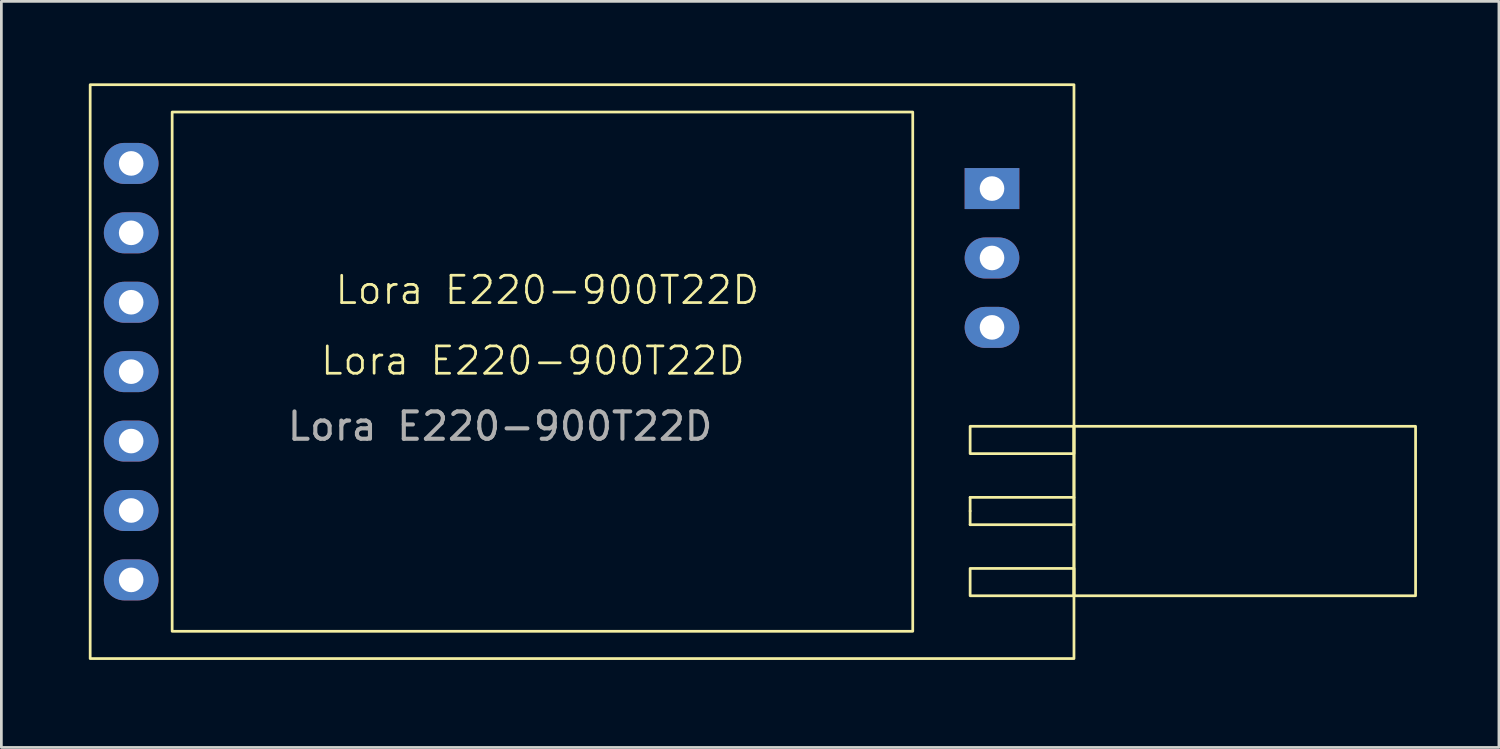
<source format=kicad_pcb>
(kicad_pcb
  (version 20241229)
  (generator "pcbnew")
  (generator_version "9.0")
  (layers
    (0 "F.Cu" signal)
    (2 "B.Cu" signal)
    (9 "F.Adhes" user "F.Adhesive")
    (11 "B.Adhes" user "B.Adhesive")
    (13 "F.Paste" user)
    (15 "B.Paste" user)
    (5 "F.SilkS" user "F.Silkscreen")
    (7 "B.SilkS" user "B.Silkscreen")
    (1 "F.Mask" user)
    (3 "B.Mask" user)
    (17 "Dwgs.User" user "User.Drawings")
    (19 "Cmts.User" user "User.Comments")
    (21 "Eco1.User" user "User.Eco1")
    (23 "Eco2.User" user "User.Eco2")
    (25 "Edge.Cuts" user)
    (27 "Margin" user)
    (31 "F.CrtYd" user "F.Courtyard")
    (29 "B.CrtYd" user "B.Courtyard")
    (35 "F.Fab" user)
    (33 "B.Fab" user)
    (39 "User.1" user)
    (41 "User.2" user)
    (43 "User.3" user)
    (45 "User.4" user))
  (footprint "Lora E220-900T22D"
    (layer "F.Cu")
    (at 0.25 21.05)
    (property "Reference" "Lora E220-900T22D" (at 16.2 -10.9 0) (unlocked yes) (layer "F.SilkS") (effects (font (size 1 1) (thickness 0.1))))
    (attr through_hole)
    (fp_line (start 32.2 -5.9) (end 36 -5.9) (stroke (width 0.1) (type default)) (layer "F.SilkS"))
    (fp_line (start 32.2 -5.4) (end 32.2 -5.9) (stroke (width 0.1) (type default)) (layer "F.SilkS"))
    (fp_line (start 32.2 -5.4) (end 32.2 -4.9) (stroke (width 0.1) (type default)) (layer "F.SilkS"))
    (fp_line (start 32.2 -4.9) (end 36 -4.9) (stroke (width 0.1) (type default)) (layer "F.SilkS"))
    (fp_rect (start 0 -21) (end 36 0) (stroke (width 0.1) (type default)) (fill no) (layer "F.SilkS"))
    (fp_rect (start 3 -20) (end 30.1 -1) (stroke (width 0.1) (type default)) (fill no) (layer "F.SilkS"))
    (fp_rect (start 32.2 -8.5) (end 36 -7.5) (stroke (width 0.1) (type default)) (fill no) (layer "F.SilkS"))
    (fp_rect (start 32.2 -3.3) (end 36 -2.3) (stroke (width 0.1) (type default)) (fill no) (layer "F.SilkS"))
    (fp_rect (start 36 -8.5) (end 48.5 -2.3) (stroke (width 0.1) (type default)) (fill no) (layer "F.SilkS"))
    (fp_text user "Lora E220-900T22D" (at 8.9 -12.9 0) (unlocked yes) (layer "F.SilkS") (effects (font (size 1 1) (thickness 0.1)) (justify left bottom)))
    (fp_text user "${REFERENCE}" (at 15 -8.5 0) (unlocked yes) (layer "F.Fab") (effects (font (size 1 1) (thickness 0.15))))
    (pad "1" thru_hole oval (at 1.5 -18.12) (size 2 1.5) (drill 0.9) (layers "*.Cu" "*.Mask"))
    (pad "2" thru_hole oval (at 1.5 -15.58) (size 2 1.5) (drill 0.9) (layers "*.Cu" "*.Mask"))
    (pad "3" thru_hole oval (at 1.5 -13.04) (size 2 1.5) (drill 0.9) (layers "*.Cu" "*.Mask"))
    (pad "4" thru_hole oval (at 1.5 -10.5) (size 2 1.5) (drill 0.9) (layers "*.Cu" "*.Mask"))
    (pad "5" thru_hole oval (at 1.5 -7.96) (size 2 1.5) (drill 0.9) (layers "*.Cu" "*.Mask"))
    (pad "6" thru_hole oval (at 1.5 -5.42) (size 2 1.5) (drill 0.9) (layers "*.Cu" "*.Mask"))
    (pad "7" thru_hole oval (at 1.5 -2.88) (size 2 1.5) (drill 0.9) (layers "*.Cu" "*.Mask"))
    (pad "8" thru_hole oval (at 33 -12.12) (size 2 1.5) (drill 0.9) (layers "*.Cu" "*.Mask"))
    (pad "9" thru_hole oval (at 33 -14.66) (size 2 1.5) (drill 0.9) (layers "*.Cu" "*.Mask"))
    (pad "10" thru_hole rect (at 33 -17.2) (size 2 1.5) (drill 0.9) (layers "*.Cu" "*.Mask"))
    (zone (net_name "") (layers "F.Cu" "B.Cu" "F.SilkS") (name "Antenna") (hatch full 0.5) (connect_pads) (min_thickness 0.25) (filled_areas_thickness no) (keepout (tracks not_allowed) (vias not_allowed) (pads not_allowed) (copperpour allowed) (footprints not_allowed)) (placement (enabled no)) (fill) (polygon (pts (xy 36.25 12.55) (xy 48.75 12.55) (xy 48.75 18.75) (xy 36.25 18.75)))))
  (gr_rect
    (start -3 -3)
    (end 51.8 24.3)
    (stroke (width 0.1) (type default))
    (fill no)
    (layer "Edge.Cuts")))
</source>
